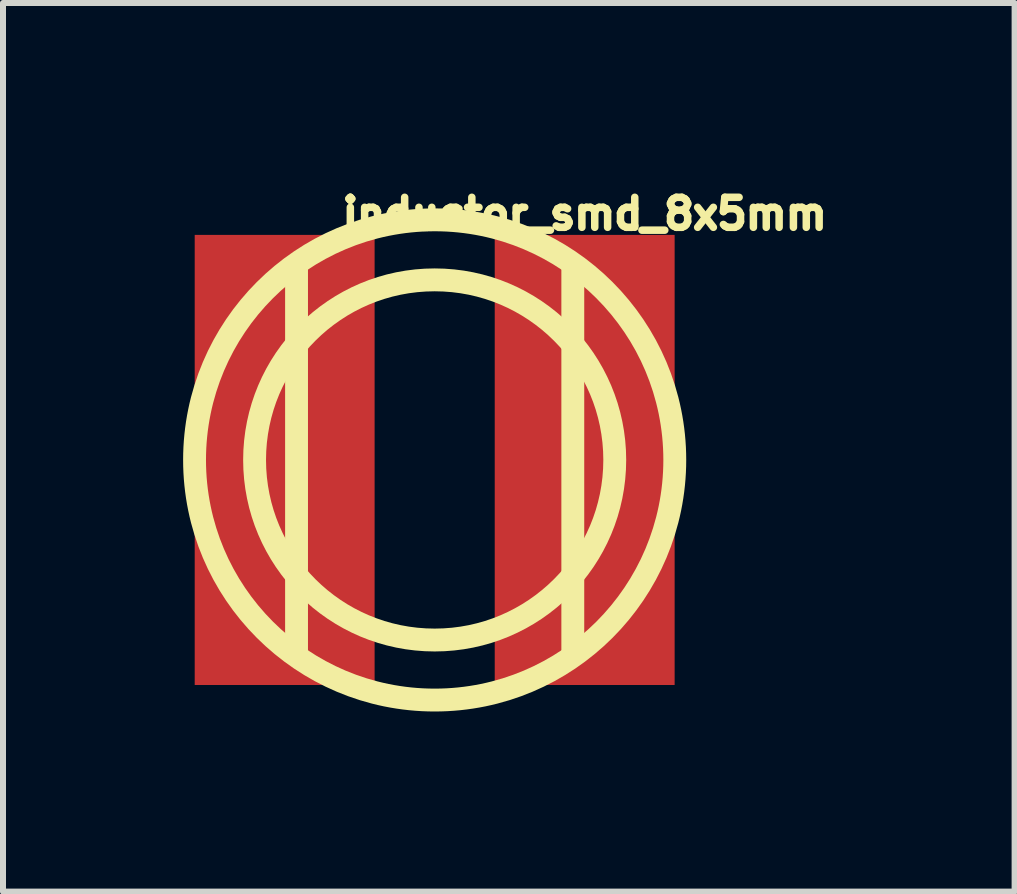
<source format=kicad_pcb>
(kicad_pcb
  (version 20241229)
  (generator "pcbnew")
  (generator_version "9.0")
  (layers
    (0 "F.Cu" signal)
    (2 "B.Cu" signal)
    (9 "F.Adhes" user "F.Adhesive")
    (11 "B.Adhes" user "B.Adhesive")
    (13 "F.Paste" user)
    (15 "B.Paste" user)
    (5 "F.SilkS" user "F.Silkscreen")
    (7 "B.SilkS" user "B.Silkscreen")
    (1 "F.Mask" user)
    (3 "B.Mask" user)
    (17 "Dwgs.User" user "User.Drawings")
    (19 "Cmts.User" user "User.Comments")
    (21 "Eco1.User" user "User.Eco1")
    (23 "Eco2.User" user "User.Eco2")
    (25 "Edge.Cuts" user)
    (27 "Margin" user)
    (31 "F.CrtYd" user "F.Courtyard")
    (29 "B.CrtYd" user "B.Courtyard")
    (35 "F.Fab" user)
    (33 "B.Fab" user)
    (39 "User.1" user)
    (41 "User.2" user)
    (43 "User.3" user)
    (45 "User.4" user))
  (footprint "inductor_smd_8x5mm"
    (layer "F.Cu")
    (at 4.191 4.612)
    (property "Reference" "inductor_smd_8x5mm" (at 2.5 -4.1 0) (layer "F.SilkS") (effects (font (size 0.5 0.5) (thickness 0.125))))
    (attr through_hole)
    (fp_line (start -2.301 -3.2) (end -2.301 3.2) (stroke (width 0.381) (type solid)) (layer "F.SilkS"))
    (fp_line (start 2.301 3.2) (end 2.301 -3.2) (stroke (width 0.381) (type solid)) (layer "F.SilkS"))
    (fp_circle (center 0 0) (end -4 0) (stroke (width 0.381) (type solid)) (fill no) (layer "F.SilkS"))
    (fp_circle (center 0 0) (end -3 0) (stroke (width 0.381) (type solid)) (fill no) (layer "F.SilkS"))
    (pad "1" smd rect (at -2.499 0) (size 2.997 7.498) (layers "F.Cu" "F.Mask" "F.Paste"))
    (pad "2" smd rect (at 2.499 0) (size 2.997 7.498) (layers "F.Cu" "F.Mask" "F.Paste")))
  (gr_rect
    (start -3 -3)
    (end 13.852 11.803)
    (stroke (width 0.1) (type default))
    (fill no)
    (layer "Edge.Cuts")))
</source>
